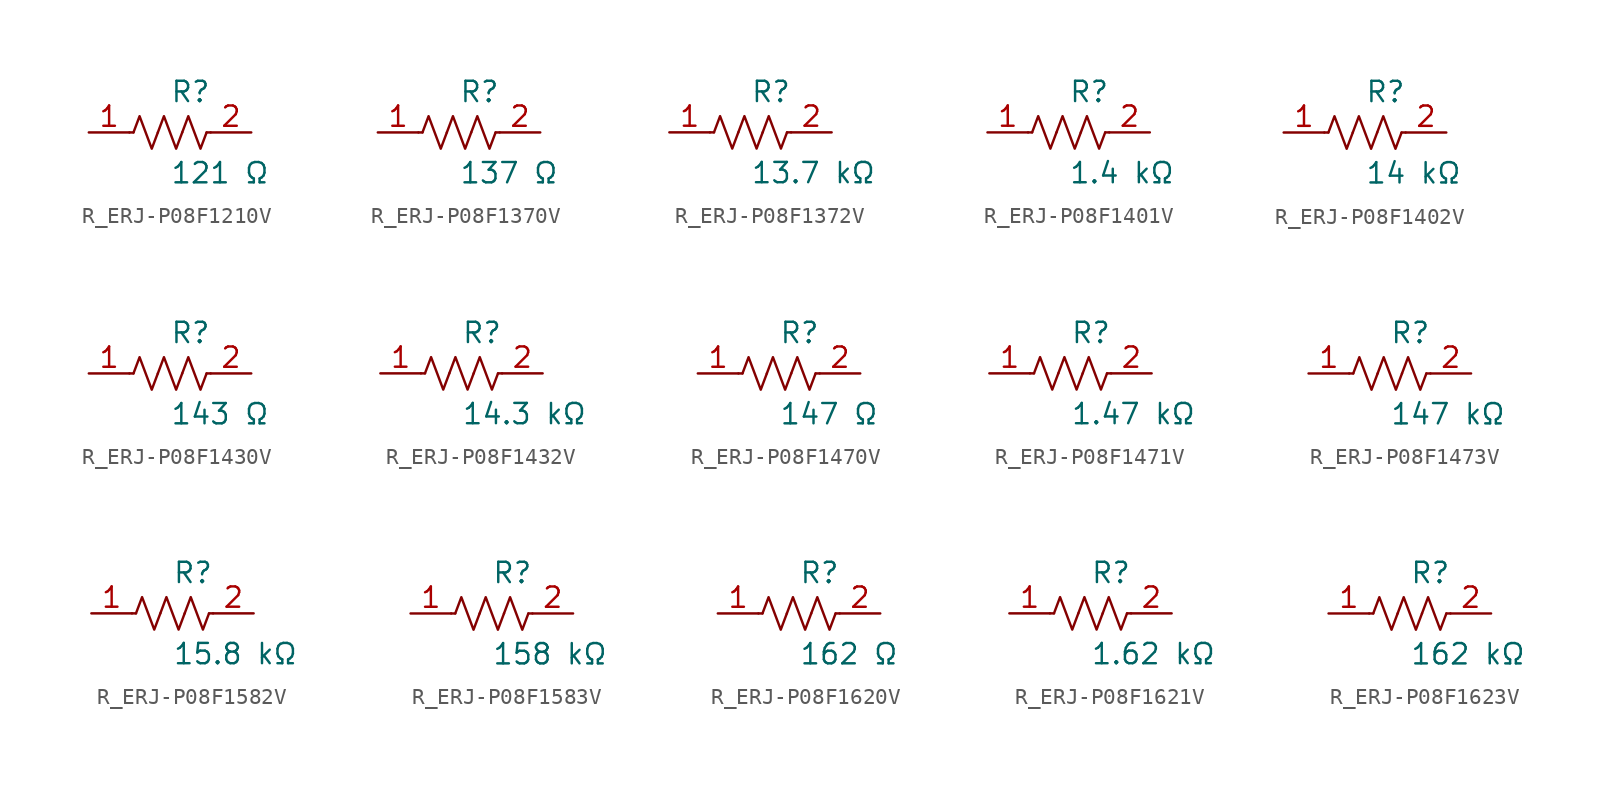
<source format=kicad_sym>
(kicad_symbol_lib
  (version 20231120)
  (generator kicad_symbol_editor)
  (generator_version 8.0)
  (symbol "R_ERJ-P08F1210V"
    (pin_names
      (offset 0.254))
    (property "Reference" "R"
      (at 0.0 2.54 0)
      (effects (font (size 1.27 1.27)) (justify left)))
    (property "Value" "121 Ω"
      (at 0.0 -2.54 0)
      (effects (font (size 1.27 1.27)) (justify left)))
    (symbol "R_ERJ-P08F1210V_0_1"
      (polyline (pts (xy 2.286 0) (xy 2.54 0)) (stroke (width 0) (type default)) (fill (type none)))
      (polyline (pts (xy -2.286 0) (xy -2.54 0)) (stroke (width 0) (type default)) (fill (type none)))
      (polyline (pts (xy 0.762 0) (xy 1.143 1.016) (xy 1.524 0) (xy 1.905 -1.016) (xy 2.286 0)) (stroke (width 0) (type default)) (fill (type none)))
      (polyline (pts (xy -0.762 0) (xy -0.381 1.016) (xy 0 0) (xy 0.381 -1.016) (xy 0.762 0)) (stroke (width 0) (type default)) (fill (type none)))
      (polyline (pts (xy -2.286 0) (xy -1.905 1.016) (xy -1.524 0) (xy -1.143 -1.016) (xy -0.762 0)) (stroke (width 0) (type default)) (fill (type none))))
    (pin unspecified line
      (at -5.08 0 0)
      (length 2.54)
      (name "" (effects (font (size 1.27 1.27))))
      (number "1" (effects (font (size 1.27 1.27)))))
    (pin unspecified line
      (at 5.08 0 180)
      (length 2.54)
      (name "" (effects (font (size 1.27 1.27))))
      (number "2" (effects (font (size 1.27 1.27))))))
  (symbol "R_ERJ-P08F1370V"
    (pin_names
      (offset 0.254))
    (property "Reference" "R"
      (at 0.0 2.54 0)
      (effects (font (size 1.27 1.27)) (justify left)))
    (property "Value" "137 Ω"
      (at 0.0 -2.54 0)
      (effects (font (size 1.27 1.27)) (justify left)))
    (symbol "R_ERJ-P08F1370V_0_1"
      (polyline (pts (xy 2.286 0) (xy 2.54 0)) (stroke (width 0) (type default)) (fill (type none)))
      (polyline (pts (xy -2.286 0) (xy -2.54 0)) (stroke (width 0) (type default)) (fill (type none)))
      (polyline (pts (xy 0.762 0) (xy 1.143 1.016) (xy 1.524 0) (xy 1.905 -1.016) (xy 2.286 0)) (stroke (width 0) (type default)) (fill (type none)))
      (polyline (pts (xy -0.762 0) (xy -0.381 1.016) (xy 0 0) (xy 0.381 -1.016) (xy 0.762 0)) (stroke (width 0) (type default)) (fill (type none)))
      (polyline (pts (xy -2.286 0) (xy -1.905 1.016) (xy -1.524 0) (xy -1.143 -1.016) (xy -0.762 0)) (stroke (width 0) (type default)) (fill (type none))))
    (pin unspecified line
      (at -5.08 0 0)
      (length 2.54)
      (name "" (effects (font (size 1.27 1.27))))
      (number "1" (effects (font (size 1.27 1.27)))))
    (pin unspecified line
      (at 5.08 0 180)
      (length 2.54)
      (name "" (effects (font (size 1.27 1.27))))
      (number "2" (effects (font (size 1.27 1.27))))))
  (symbol "R_ERJ-P08F1372V"
    (pin_names
      (offset 0.254))
    (property "Reference" "R"
      (at 0.0 2.54 0)
      (effects (font (size 1.27 1.27)) (justify left)))
    (property "Value" "13.7 kΩ"
      (at 0.0 -2.54 0)
      (effects (font (size 1.27 1.27)) (justify left)))
    (symbol "R_ERJ-P08F1372V_0_1"
      (polyline (pts (xy 2.286 0) (xy 2.54 0)) (stroke (width 0) (type default)) (fill (type none)))
      (polyline (pts (xy -2.286 0) (xy -2.54 0)) (stroke (width 0) (type default)) (fill (type none)))
      (polyline (pts (xy 0.762 0) (xy 1.143 1.016) (xy 1.524 0) (xy 1.905 -1.016) (xy 2.286 0)) (stroke (width 0) (type default)) (fill (type none)))
      (polyline (pts (xy -0.762 0) (xy -0.381 1.016) (xy 0 0) (xy 0.381 -1.016) (xy 0.762 0)) (stroke (width 0) (type default)) (fill (type none)))
      (polyline (pts (xy -2.286 0) (xy -1.905 1.016) (xy -1.524 0) (xy -1.143 -1.016) (xy -0.762 0)) (stroke (width 0) (type default)) (fill (type none))))
    (pin unspecified line
      (at -5.08 0 0)
      (length 2.54)
      (name "" (effects (font (size 1.27 1.27))))
      (number "1" (effects (font (size 1.27 1.27)))))
    (pin unspecified line
      (at 5.08 0 180)
      (length 2.54)
      (name "" (effects (font (size 1.27 1.27))))
      (number "2" (effects (font (size 1.27 1.27))))))
  (symbol "R_ERJ-P08F1401V"
    (pin_names
      (offset 0.254))
    (property "Reference" "R"
      (at 0.0 2.54 0)
      (effects (font (size 1.27 1.27)) (justify left)))
    (property "Value" "1.4 kΩ"
      (at 0.0 -2.54 0)
      (effects (font (size 1.27 1.27)) (justify left)))
    (symbol "R_ERJ-P08F1401V_0_1"
      (polyline (pts (xy 2.286 0) (xy 2.54 0)) (stroke (width 0) (type default)) (fill (type none)))
      (polyline (pts (xy -2.286 0) (xy -2.54 0)) (stroke (width 0) (type default)) (fill (type none)))
      (polyline (pts (xy 0.762 0) (xy 1.143 1.016) (xy 1.524 0) (xy 1.905 -1.016) (xy 2.286 0)) (stroke (width 0) (type default)) (fill (type none)))
      (polyline (pts (xy -0.762 0) (xy -0.381 1.016) (xy 0 0) (xy 0.381 -1.016) (xy 0.762 0)) (stroke (width 0) (type default)) (fill (type none)))
      (polyline (pts (xy -2.286 0) (xy -1.905 1.016) (xy -1.524 0) (xy -1.143 -1.016) (xy -0.762 0)) (stroke (width 0) (type default)) (fill (type none))))
    (pin unspecified line
      (at -5.08 0 0)
      (length 2.54)
      (name "" (effects (font (size 1.27 1.27))))
      (number "1" (effects (font (size 1.27 1.27)))))
    (pin unspecified line
      (at 5.08 0 180)
      (length 2.54)
      (name "" (effects (font (size 1.27 1.27))))
      (number "2" (effects (font (size 1.27 1.27))))))
  (symbol "R_ERJ-P08F1402V"
    (pin_names
      (offset 0.254))
    (property "Reference" "R"
      (at 0.0 2.54 0)
      (effects (font (size 1.27 1.27)) (justify left)))
    (property "Value" "14 kΩ"
      (at 0.0 -2.54 0)
      (effects (font (size 1.27 1.27)) (justify left)))
    (symbol "R_ERJ-P08F1402V_0_1"
      (polyline (pts (xy 2.286 0) (xy 2.54 0)) (stroke (width 0) (type default)) (fill (type none)))
      (polyline (pts (xy -2.286 0) (xy -2.54 0)) (stroke (width 0) (type default)) (fill (type none)))
      (polyline (pts (xy 0.762 0) (xy 1.143 1.016) (xy 1.524 0) (xy 1.905 -1.016) (xy 2.286 0)) (stroke (width 0) (type default)) (fill (type none)))
      (polyline (pts (xy -0.762 0) (xy -0.381 1.016) (xy 0 0) (xy 0.381 -1.016) (xy 0.762 0)) (stroke (width 0) (type default)) (fill (type none)))
      (polyline (pts (xy -2.286 0) (xy -1.905 1.016) (xy -1.524 0) (xy -1.143 -1.016) (xy -0.762 0)) (stroke (width 0) (type default)) (fill (type none))))
    (pin unspecified line
      (at -5.08 0 0)
      (length 2.54)
      (name "" (effects (font (size 1.27 1.27))))
      (number "1" (effects (font (size 1.27 1.27)))))
    (pin unspecified line
      (at 5.08 0 180)
      (length 2.54)
      (name "" (effects (font (size 1.27 1.27))))
      (number "2" (effects (font (size 1.27 1.27))))))
  (symbol "R_ERJ-P08F1430V"
    (pin_names
      (offset 0.254))
    (property "Reference" "R"
      (at 0.0 2.54 0)
      (effects (font (size 1.27 1.27)) (justify left)))
    (property "Value" "143 Ω"
      (at 0.0 -2.54 0)
      (effects (font (size 1.27 1.27)) (justify left)))
    (symbol "R_ERJ-P08F1430V_0_1"
      (polyline (pts (xy 2.286 0) (xy 2.54 0)) (stroke (width 0) (type default)) (fill (type none)))
      (polyline (pts (xy -2.286 0) (xy -2.54 0)) (stroke (width 0) (type default)) (fill (type none)))
      (polyline (pts (xy 0.762 0) (xy 1.143 1.016) (xy 1.524 0) (xy 1.905 -1.016) (xy 2.286 0)) (stroke (width 0) (type default)) (fill (type none)))
      (polyline (pts (xy -0.762 0) (xy -0.381 1.016) (xy 0 0) (xy 0.381 -1.016) (xy 0.762 0)) (stroke (width 0) (type default)) (fill (type none)))
      (polyline (pts (xy -2.286 0) (xy -1.905 1.016) (xy -1.524 0) (xy -1.143 -1.016) (xy -0.762 0)) (stroke (width 0) (type default)) (fill (type none))))
    (pin unspecified line
      (at -5.08 0 0)
      (length 2.54)
      (name "" (effects (font (size 1.27 1.27))))
      (number "1" (effects (font (size 1.27 1.27)))))
    (pin unspecified line
      (at 5.08 0 180)
      (length 2.54)
      (name "" (effects (font (size 1.27 1.27))))
      (number "2" (effects (font (size 1.27 1.27))))))
  (symbol "R_ERJ-P08F1432V"
    (pin_names
      (offset 0.254))
    (property "Reference" "R"
      (at 0.0 2.54 0)
      (effects (font (size 1.27 1.27)) (justify left)))
    (property "Value" "14.3 kΩ"
      (at 0.0 -2.54 0)
      (effects (font (size 1.27 1.27)) (justify left)))
    (symbol "R_ERJ-P08F1432V_0_1"
      (polyline (pts (xy 2.286 0) (xy 2.54 0)) (stroke (width 0) (type default)) (fill (type none)))
      (polyline (pts (xy -2.286 0) (xy -2.54 0)) (stroke (width 0) (type default)) (fill (type none)))
      (polyline (pts (xy 0.762 0) (xy 1.143 1.016) (xy 1.524 0) (xy 1.905 -1.016) (xy 2.286 0)) (stroke (width 0) (type default)) (fill (type none)))
      (polyline (pts (xy -0.762 0) (xy -0.381 1.016) (xy 0 0) (xy 0.381 -1.016) (xy 0.762 0)) (stroke (width 0) (type default)) (fill (type none)))
      (polyline (pts (xy -2.286 0) (xy -1.905 1.016) (xy -1.524 0) (xy -1.143 -1.016) (xy -0.762 0)) (stroke (width 0) (type default)) (fill (type none))))
    (pin unspecified line
      (at -5.08 0 0)
      (length 2.54)
      (name "" (effects (font (size 1.27 1.27))))
      (number "1" (effects (font (size 1.27 1.27)))))
    (pin unspecified line
      (at 5.08 0 180)
      (length 2.54)
      (name "" (effects (font (size 1.27 1.27))))
      (number "2" (effects (font (size 1.27 1.27))))))
  (symbol "R_ERJ-P08F1470V"
    (pin_names
      (offset 0.254))
    (property "Reference" "R"
      (at 0.0 2.54 0)
      (effects (font (size 1.27 1.27)) (justify left)))
    (property "Value" "147 Ω"
      (at 0.0 -2.54 0)
      (effects (font (size 1.27 1.27)) (justify left)))
    (symbol "R_ERJ-P08F1470V_0_1"
      (polyline (pts (xy 2.286 0) (xy 2.54 0)) (stroke (width 0) (type default)) (fill (type none)))
      (polyline (pts (xy -2.286 0) (xy -2.54 0)) (stroke (width 0) (type default)) (fill (type none)))
      (polyline (pts (xy 0.762 0) (xy 1.143 1.016) (xy 1.524 0) (xy 1.905 -1.016) (xy 2.286 0)) (stroke (width 0) (type default)) (fill (type none)))
      (polyline (pts (xy -0.762 0) (xy -0.381 1.016) (xy 0 0) (xy 0.381 -1.016) (xy 0.762 0)) (stroke (width 0) (type default)) (fill (type none)))
      (polyline (pts (xy -2.286 0) (xy -1.905 1.016) (xy -1.524 0) (xy -1.143 -1.016) (xy -0.762 0)) (stroke (width 0) (type default)) (fill (type none))))
    (pin unspecified line
      (at -5.08 0 0)
      (length 2.54)
      (name "" (effects (font (size 1.27 1.27))))
      (number "1" (effects (font (size 1.27 1.27)))))
    (pin unspecified line
      (at 5.08 0 180)
      (length 2.54)
      (name "" (effects (font (size 1.27 1.27))))
      (number "2" (effects (font (size 1.27 1.27))))))
  (symbol "R_ERJ-P08F1471V"
    (pin_names
      (offset 0.254))
    (property "Reference" "R"
      (at 0.0 2.54 0)
      (effects (font (size 1.27 1.27)) (justify left)))
    (property "Value" "1.47 kΩ"
      (at 0.0 -2.54 0)
      (effects (font (size 1.27 1.27)) (justify left)))
    (symbol "R_ERJ-P08F1471V_0_1"
      (polyline (pts (xy 2.286 0) (xy 2.54 0)) (stroke (width 0) (type default)) (fill (type none)))
      (polyline (pts (xy -2.286 0) (xy -2.54 0)) (stroke (width 0) (type default)) (fill (type none)))
      (polyline (pts (xy 0.762 0) (xy 1.143 1.016) (xy 1.524 0) (xy 1.905 -1.016) (xy 2.286 0)) (stroke (width 0) (type default)) (fill (type none)))
      (polyline (pts (xy -0.762 0) (xy -0.381 1.016) (xy 0 0) (xy 0.381 -1.016) (xy 0.762 0)) (stroke (width 0) (type default)) (fill (type none)))
      (polyline (pts (xy -2.286 0) (xy -1.905 1.016) (xy -1.524 0) (xy -1.143 -1.016) (xy -0.762 0)) (stroke (width 0) (type default)) (fill (type none))))
    (pin unspecified line
      (at -5.08 0 0)
      (length 2.54)
      (name "" (effects (font (size 1.27 1.27))))
      (number "1" (effects (font (size 1.27 1.27)))))
    (pin unspecified line
      (at 5.08 0 180)
      (length 2.54)
      (name "" (effects (font (size 1.27 1.27))))
      (number "2" (effects (font (size 1.27 1.27))))))
  (symbol "R_ERJ-P08F1473V"
    (pin_names
      (offset 0.254))
    (property "Reference" "R"
      (at 0.0 2.54 0)
      (effects (font (size 1.27 1.27)) (justify left)))
    (property "Value" "147 kΩ"
      (at 0.0 -2.54 0)
      (effects (font (size 1.27 1.27)) (justify left)))
    (symbol "R_ERJ-P08F1473V_0_1"
      (polyline (pts (xy 2.286 0) (xy 2.54 0)) (stroke (width 0) (type default)) (fill (type none)))
      (polyline (pts (xy -2.286 0) (xy -2.54 0)) (stroke (width 0) (type default)) (fill (type none)))
      (polyline (pts (xy 0.762 0) (xy 1.143 1.016) (xy 1.524 0) (xy 1.905 -1.016) (xy 2.286 0)) (stroke (width 0) (type default)) (fill (type none)))
      (polyline (pts (xy -0.762 0) (xy -0.381 1.016) (xy 0 0) (xy 0.381 -1.016) (xy 0.762 0)) (stroke (width 0) (type default)) (fill (type none)))
      (polyline (pts (xy -2.286 0) (xy -1.905 1.016) (xy -1.524 0) (xy -1.143 -1.016) (xy -0.762 0)) (stroke (width 0) (type default)) (fill (type none))))
    (pin unspecified line
      (at -5.08 0 0)
      (length 2.54)
      (name "" (effects (font (size 1.27 1.27))))
      (number "1" (effects (font (size 1.27 1.27)))))
    (pin unspecified line
      (at 5.08 0 180)
      (length 2.54)
      (name "" (effects (font (size 1.27 1.27))))
      (number "2" (effects (font (size 1.27 1.27))))))
  (symbol "R_ERJ-P08F1582V"
    (pin_names
      (offset 0.254))
    (property "Reference" "R"
      (at 0.0 2.54 0)
      (effects (font (size 1.27 1.27)) (justify left)))
    (property "Value" "15.8 kΩ"
      (at 0.0 -2.54 0)
      (effects (font (size 1.27 1.27)) (justify left)))
    (symbol "R_ERJ-P08F1582V_0_1"
      (polyline (pts (xy 2.286 0) (xy 2.54 0)) (stroke (width 0) (type default)) (fill (type none)))
      (polyline (pts (xy -2.286 0) (xy -2.54 0)) (stroke (width 0) (type default)) (fill (type none)))
      (polyline (pts (xy 0.762 0) (xy 1.143 1.016) (xy 1.524 0) (xy 1.905 -1.016) (xy 2.286 0)) (stroke (width 0) (type default)) (fill (type none)))
      (polyline (pts (xy -0.762 0) (xy -0.381 1.016) (xy 0 0) (xy 0.381 -1.016) (xy 0.762 0)) (stroke (width 0) (type default)) (fill (type none)))
      (polyline (pts (xy -2.286 0) (xy -1.905 1.016) (xy -1.524 0) (xy -1.143 -1.016) (xy -0.762 0)) (stroke (width 0) (type default)) (fill (type none))))
    (pin unspecified line
      (at -5.08 0 0)
      (length 2.54)
      (name "" (effects (font (size 1.27 1.27))))
      (number "1" (effects (font (size 1.27 1.27)))))
    (pin unspecified line
      (at 5.08 0 180)
      (length 2.54)
      (name "" (effects (font (size 1.27 1.27))))
      (number "2" (effects (font (size 1.27 1.27))))))
  (symbol "R_ERJ-P08F1583V"
    (pin_names
      (offset 0.254))
    (property "Reference" "R"
      (at 0.0 2.54 0)
      (effects (font (size 1.27 1.27)) (justify left)))
    (property "Value" "158 kΩ"
      (at 0.0 -2.54 0)
      (effects (font (size 1.27 1.27)) (justify left)))
    (symbol "R_ERJ-P08F1583V_0_1"
      (polyline (pts (xy 2.286 0) (xy 2.54 0)) (stroke (width 0) (type default)) (fill (type none)))
      (polyline (pts (xy -2.286 0) (xy -2.54 0)) (stroke (width 0) (type default)) (fill (type none)))
      (polyline (pts (xy 0.762 0) (xy 1.143 1.016) (xy 1.524 0) (xy 1.905 -1.016) (xy 2.286 0)) (stroke (width 0) (type default)) (fill (type none)))
      (polyline (pts (xy -0.762 0) (xy -0.381 1.016) (xy 0 0) (xy 0.381 -1.016) (xy 0.762 0)) (stroke (width 0) (type default)) (fill (type none)))
      (polyline (pts (xy -2.286 0) (xy -1.905 1.016) (xy -1.524 0) (xy -1.143 -1.016) (xy -0.762 0)) (stroke (width 0) (type default)) (fill (type none))))
    (pin unspecified line
      (at -5.08 0 0)
      (length 2.54)
      (name "" (effects (font (size 1.27 1.27))))
      (number "1" (effects (font (size 1.27 1.27)))))
    (pin unspecified line
      (at 5.08 0 180)
      (length 2.54)
      (name "" (effects (font (size 1.27 1.27))))
      (number "2" (effects (font (size 1.27 1.27))))))
  (symbol "R_ERJ-P08F1620V"
    (pin_names
      (offset 0.254))
    (property "Reference" "R"
      (at 0.0 2.54 0)
      (effects (font (size 1.27 1.27)) (justify left)))
    (property "Value" "162 Ω"
      (at 0.0 -2.54 0)
      (effects (font (size 1.27 1.27)) (justify left)))
    (symbol "R_ERJ-P08F1620V_0_1"
      (polyline (pts (xy 2.286 0) (xy 2.54 0)) (stroke (width 0) (type default)) (fill (type none)))
      (polyline (pts (xy -2.286 0) (xy -2.54 0)) (stroke (width 0) (type default)) (fill (type none)))
      (polyline (pts (xy 0.762 0) (xy 1.143 1.016) (xy 1.524 0) (xy 1.905 -1.016) (xy 2.286 0)) (stroke (width 0) (type default)) (fill (type none)))
      (polyline (pts (xy -0.762 0) (xy -0.381 1.016) (xy 0 0) (xy 0.381 -1.016) (xy 0.762 0)) (stroke (width 0) (type default)) (fill (type none)))
      (polyline (pts (xy -2.286 0) (xy -1.905 1.016) (xy -1.524 0) (xy -1.143 -1.016) (xy -0.762 0)) (stroke (width 0) (type default)) (fill (type none))))
    (pin unspecified line
      (at -5.08 0 0)
      (length 2.54)
      (name "" (effects (font (size 1.27 1.27))))
      (number "1" (effects (font (size 1.27 1.27)))))
    (pin unspecified line
      (at 5.08 0 180)
      (length 2.54)
      (name "" (effects (font (size 1.27 1.27))))
      (number "2" (effects (font (size 1.27 1.27))))))
  (symbol "R_ERJ-P08F1621V"
    (pin_names
      (offset 0.254))
    (property "Reference" "R"
      (at 0.0 2.54 0)
      (effects (font (size 1.27 1.27)) (justify left)))
    (property "Value" "1.62 kΩ"
      (at 0.0 -2.54 0)
      (effects (font (size 1.27 1.27)) (justify left)))
    (symbol "R_ERJ-P08F1621V_0_1"
      (polyline (pts (xy 2.286 0) (xy 2.54 0)) (stroke (width 0) (type default)) (fill (type none)))
      (polyline (pts (xy -2.286 0) (xy -2.54 0)) (stroke (width 0) (type default)) (fill (type none)))
      (polyline (pts (xy 0.762 0) (xy 1.143 1.016) (xy 1.524 0) (xy 1.905 -1.016) (xy 2.286 0)) (stroke (width 0) (type default)) (fill (type none)))
      (polyline (pts (xy -0.762 0) (xy -0.381 1.016) (xy 0 0) (xy 0.381 -1.016) (xy 0.762 0)) (stroke (width 0) (type default)) (fill (type none)))
      (polyline (pts (xy -2.286 0) (xy -1.905 1.016) (xy -1.524 0) (xy -1.143 -1.016) (xy -0.762 0)) (stroke (width 0) (type default)) (fill (type none))))
    (pin unspecified line
      (at -5.08 0 0)
      (length 2.54)
      (name "" (effects (font (size 1.27 1.27))))
      (number "1" (effects (font (size 1.27 1.27)))))
    (pin unspecified line
      (at 5.08 0 180)
      (length 2.54)
      (name "" (effects (font (size 1.27 1.27))))
      (number "2" (effects (font (size 1.27 1.27))))))
  (symbol "R_ERJ-P08F1623V"
    (pin_names
      (offset 0.254))
    (property "Reference" "R"
      (at 0.0 2.54 0)
      (effects (font (size 1.27 1.27)) (justify left)))
    (property "Value" "162 kΩ"
      (at 0.0 -2.54 0)
      (effects (font (size 1.27 1.27)) (justify left)))
    (symbol "R_ERJ-P08F1623V_0_1"
      (polyline (pts (xy 2.286 0) (xy 2.54 0)) (stroke (width 0) (type default)) (fill (type none)))
      (polyline (pts (xy -2.286 0) (xy -2.54 0)) (stroke (width 0) (type default)) (fill (type none)))
      (polyline (pts (xy 0.762 0) (xy 1.143 1.016) (xy 1.524 0) (xy 1.905 -1.016) (xy 2.286 0)) (stroke (width 0) (type default)) (fill (type none)))
      (polyline (pts (xy -0.762 0) (xy -0.381 1.016) (xy 0 0) (xy 0.381 -1.016) (xy 0.762 0)) (stroke (width 0) (type default)) (fill (type none)))
      (polyline (pts (xy -2.286 0) (xy -1.905 1.016) (xy -1.524 0) (xy -1.143 -1.016) (xy -0.762 0)) (stroke (width 0) (type default)) (fill (type none))))
    (pin unspecified line
      (at -5.08 0 0)
      (length 2.54)
      (name "" (effects (font (size 1.27 1.27))))
      (number "1" (effects (font (size 1.27 1.27)))))
    (pin unspecified line
      (at 5.08 0 180)
      (length 2.54)
      (name "" (effects (font (size 1.27 1.27))))
      (number "2" (effects (font (size 1.27 1.27)))))))
</source>
